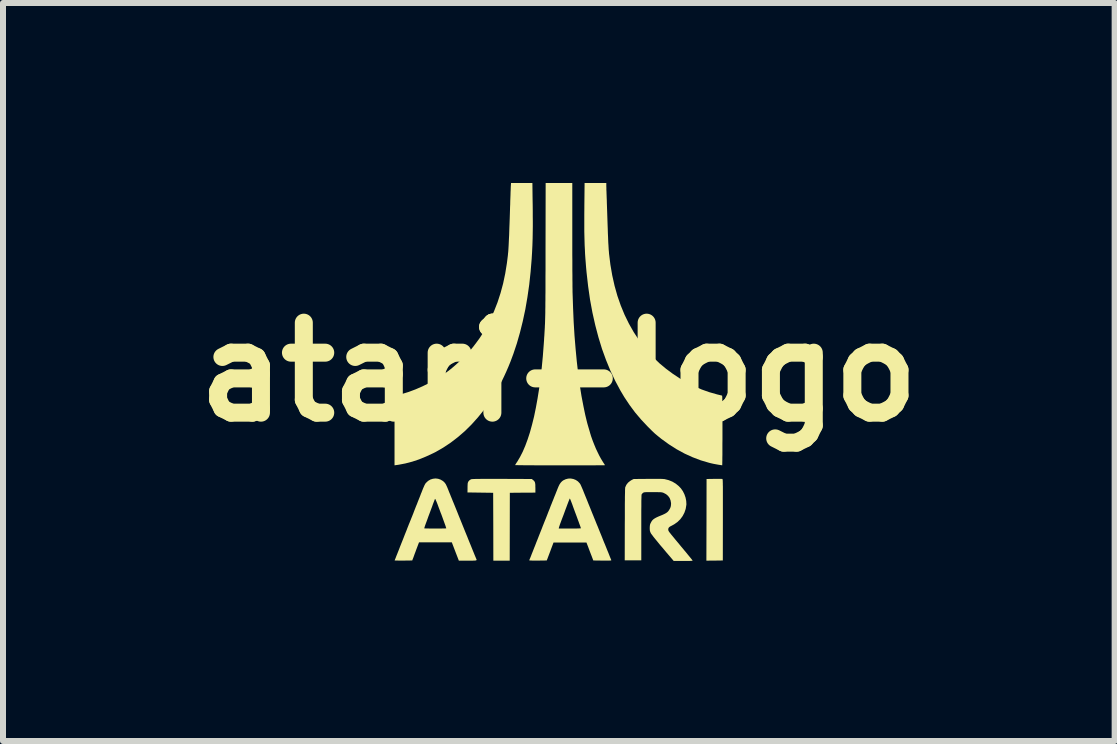
<source format=kicad_pcb>
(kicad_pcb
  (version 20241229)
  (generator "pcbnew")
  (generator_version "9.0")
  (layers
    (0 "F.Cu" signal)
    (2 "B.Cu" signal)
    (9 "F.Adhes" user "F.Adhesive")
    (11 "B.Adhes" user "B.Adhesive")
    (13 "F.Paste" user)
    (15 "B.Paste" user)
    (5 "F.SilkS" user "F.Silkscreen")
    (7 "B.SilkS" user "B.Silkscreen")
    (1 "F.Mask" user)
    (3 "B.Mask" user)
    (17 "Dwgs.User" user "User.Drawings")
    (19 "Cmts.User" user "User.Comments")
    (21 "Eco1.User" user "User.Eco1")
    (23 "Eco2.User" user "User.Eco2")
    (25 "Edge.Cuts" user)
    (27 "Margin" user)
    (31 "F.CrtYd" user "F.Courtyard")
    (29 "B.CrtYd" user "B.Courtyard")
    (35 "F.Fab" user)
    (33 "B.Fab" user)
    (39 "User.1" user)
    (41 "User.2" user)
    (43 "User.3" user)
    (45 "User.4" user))
  (footprint "atari-logo"
    (layer "F.Cu")
    (at 6.264 3.15)
    (property "Reference" "atari-logo" (at 0 0 0) (layer "F.SilkS") (effects (font (size 1.5 1.5) (thickness 0.3))))
    (attr board_only exclude_from_pos_files exclude_from_bom)
    (fp_poly (pts (xy 2.686 1.782) (xy 2.708 1.782) (xy 2.721 1.783) (xy 2.725 1.783) (xy 2.727 1.784) (xy 2.728 1.785) (xy 2.729 1.787) (xy 2.73 1.791) (xy 2.731 1.797) (xy 2.732 1.806) (xy 2.733 1.818) (xy 2.733 1.834) (xy 2.734 1.855) (xy 2.734 1.88) (xy 2.735 1.911) (xy 2.735 1.948) (xy 2.735 1.992) (xy 2.735 2.043) (xy 2.735 2.102) (xy 2.735 2.168) (xy 2.735 2.244) (xy 2.735 2.329) (xy 2.735 2.424) (xy 2.735 2.464) (xy 2.734 3.142) (xy 2.597 3.144) (xy 2.46 3.145) (xy 2.462 2.464) (xy 2.463 1.784) (xy 2.589 1.782) (xy 2.625 1.782) (xy 2.658 1.782)) (stroke (width 0) (type solid)) (fill yes) (layer "F.SilkS"))
    (fp_poly (pts (xy -1.091 1.782) (xy -1.005 1.782) (xy -0.942 1.782) (xy -0.45 1.784) (xy -0.43 1.8) (xy -0.416 1.812) (xy -0.405 1.825) (xy -0.398 1.839) (xy -0.394 1.857) (xy -0.391 1.881) (xy -0.391 1.912) (xy -0.39 1.932) (xy -0.39 2.011) (xy -0.603 2.012) (xy -0.816 2.014) (xy -0.817 2.579) (xy -0.818 3.145) (xy -0.955 3.145) (xy -1.091 3.145) (xy -1.092 2.579) (xy -1.094 2.014) (xy -1.308 2.011) (xy -1.522 2.008) (xy -1.521 1.939) (xy -1.521 1.911) (xy -1.52 1.885) (xy -1.519 1.863) (xy -1.517 1.85) (xy -1.517 1.849) (xy -1.508 1.827) (xy -1.491 1.807) (xy -1.469 1.792) (xy -1.456 1.787) (xy -1.448 1.786) (xy -1.433 1.785) (xy -1.41 1.784) (xy -1.379 1.783) (xy -1.34 1.783) (xy -1.291 1.782) (xy -1.234 1.782) (xy -1.168 1.782)) (stroke (width 0) (type solid)) (fill yes) (layer "F.SilkS"))
    (fp_poly (pts (xy 0.225 -2.333) (xy 0.225 -2.237) (xy 0.225 -2.14) (xy 0.225 -2.045) (xy 0.225 -1.952) (xy 0.226 -1.862) (xy 0.226 -1.775) (xy 0.226 -1.693) (xy 0.227 -1.616) (xy 0.227 -1.545) (xy 0.228 -1.48) (xy 0.228 -1.423) (xy 0.229 -1.375) (xy 0.229 -1.336) (xy 0.23 -1.308) (xy 0.238 -1.066) (xy 0.248 -0.831) (xy 0.262 -0.605) (xy 0.28 -0.386) (xy 0.3 -0.176) (xy 0.323 0.025) (xy 0.349 0.217) (xy 0.378 0.4) (xy 0.411 0.572) (xy 0.431 0.669) (xy 0.441 0.716) (xy 0.451 0.758) (xy 0.46 0.795) (xy 0.469 0.832) (xy 0.479 0.87) (xy 0.491 0.911) (xy 0.505 0.958) (xy 0.517 0.999) (xy 0.523 1.021) (xy 0.529 1.04) (xy 0.533 1.053) (xy 0.534 1.056) (xy 0.536 1.065) (xy 0.542 1.081) (xy 0.55 1.104) (xy 0.56 1.132) (xy 0.571 1.161) (xy 0.594 1.219) (xy 0.619 1.279) (xy 0.647 1.338) (xy 0.675 1.395) (xy 0.703 1.446) (xy 0.729 1.489) (xy 0.732 1.494) (xy 0.746 1.516) (xy 0.758 1.534) (xy 0.766 1.547) (xy 0.77 1.554) (xy 0.77 1.554) (xy 0.765 1.554) (xy 0.75 1.555) (xy 0.725 1.555) (xy 0.691 1.555) (xy 0.649 1.555) (xy 0.599 1.556) (xy 0.543 1.556) (xy 0.48 1.556) (xy 0.41 1.556) (xy 0.336 1.556) (xy 0.257 1.556) (xy 0.174 1.556) (xy 0.088 1.556) (xy 0.021 1.556) (xy -0.067 1.556) (xy -0.153 1.556) (xy -0.235 1.556) (xy -0.313 1.556) (xy -0.386 1.556) (xy -0.453 1.555) (xy -0.515 1.555) (xy -0.57 1.555) (xy -0.618 1.554) (xy -0.658 1.554) (xy -0.689 1.553) (xy -0.712 1.553) (xy -0.724 1.553) (xy -0.727 1.552) (xy -0.725 1.546) (xy -0.717 1.533) (xy -0.706 1.515) (xy -0.692 1.495) (xy -0.646 1.417) (xy -0.601 1.329) (xy -0.559 1.231) (xy -0.519 1.123) (xy -0.481 1.006) (xy -0.446 0.879) (xy -0.412 0.742) (xy -0.382 0.596) (xy -0.354 0.442) (xy -0.328 0.279) (xy -0.305 0.107) (xy -0.284 -0.073) (xy -0.266 -0.262) (xy -0.251 -0.458) (xy -0.246 -0.527) (xy -0.244 -0.568) (xy -0.241 -0.606) (xy -0.239 -0.642) (xy -0.237 -0.676) (xy -0.235 -0.708) (xy -0.233 -0.74) (xy -0.232 -0.772) (xy -0.23 -0.804) (xy -0.229 -0.837) (xy -0.228 -0.871) (xy -0.227 -0.907) (xy -0.226 -0.946) (xy -0.225 -0.988) (xy -0.225 -1.034) (xy -0.224 -1.084) (xy -0.224 -1.139) (xy -0.223 -1.199) (xy -0.223 -1.264) (xy -0.222 -1.337) (xy -0.222 -1.416) (xy -0.222 -1.503) (xy -0.222 -1.598) (xy -0.221 -1.701) (xy -0.221 -1.814) (xy -0.221 -1.936) (xy -0.221 -2.034) (xy -0.219 -3.15) (xy 0.003 -3.15) (xy 0.225 -3.15)) (stroke (width 0) (type solid)) (fill yes) (layer "F.SilkS"))
    (fp_poly (pts (xy 0.792 -3.111) (xy 0.792 -3.095) (xy 0.793 -3.07) (xy 0.793 -3.038) (xy 0.795 -3.002) (xy 0.796 -2.964) (xy 0.797 -2.942) (xy 0.798 -2.908) (xy 0.8 -2.866) (xy 0.801 -2.816) (xy 0.803 -2.762) (xy 0.805 -2.704) (xy 0.807 -2.645) (xy 0.809 -2.587) (xy 0.81 -2.554) (xy 0.813 -2.465) (xy 0.816 -2.386) (xy 0.818 -2.315) (xy 0.821 -2.253) (xy 0.823 -2.199) (xy 0.825 -2.151) (xy 0.828 -2.108) (xy 0.83 -2.07) (xy 0.832 -2.036) (xy 0.835 -2.006) (xy 0.837 -1.977) (xy 0.837 -1.976) (xy 0.86 -1.789) (xy 0.891 -1.609) (xy 0.93 -1.435) (xy 0.977 -1.268) (xy 1.033 -1.107) (xy 1.097 -0.952) (xy 1.169 -0.805) (xy 1.249 -0.664) (xy 1.337 -0.53) (xy 1.434 -0.403) (xy 1.538 -0.283) (xy 1.584 -0.235) (xy 1.682 -0.141) (xy 1.788 -0.053) (xy 1.9 0.03) (xy 2.016 0.107) (xy 2.136 0.177) (xy 2.258 0.239) (xy 2.382 0.292) (xy 2.506 0.336) (xy 2.629 0.371) (xy 2.631 0.372) (xy 2.66 0.379) (xy 2.685 0.385) (xy 2.705 0.39) (xy 2.718 0.393) (xy 2.721 0.394) (xy 2.722 0.396) (xy 2.723 0.402) (xy 2.724 0.414) (xy 2.725 0.43) (xy 2.725 0.453) (xy 2.726 0.482) (xy 2.726 0.517) (xy 2.727 0.56) (xy 2.727 0.61) (xy 2.727 0.669) (xy 2.728 0.737) (xy 2.728 0.814) (xy 2.728 0.901) (xy 2.728 0.976) (xy 2.728 1.054) (xy 2.728 1.128) (xy 2.727 1.199) (xy 2.727 1.266) (xy 2.727 1.327) (xy 2.727 1.383) (xy 2.726 1.432) (xy 2.726 1.474) (xy 2.725 1.508) (xy 2.725 1.533) (xy 2.724 1.549) (xy 2.724 1.556) (xy 2.724 1.556) (xy 2.716 1.554) (xy 2.706 1.553) (xy 2.66 1.546) (xy 2.622 1.539) (xy 2.588 1.533) (xy 2.556 1.526) (xy 2.522 1.518) (xy 2.506 1.514) (xy 2.367 1.473) (xy 2.23 1.421) (xy 2.096 1.36) (xy 1.964 1.288) (xy 1.835 1.206) (xy 1.708 1.114) (xy 1.661 1.076) (xy 1.639 1.058) (xy 1.62 1.042) (xy 1.603 1.028) (xy 1.587 1.013) (xy 1.569 0.996) (xy 1.549 0.977) (xy 1.525 0.953) (xy 1.496 0.924) (xy 1.476 0.904) (xy 1.371 0.792) (xy 1.272 0.675) (xy 1.18 0.551) (xy 1.092 0.419) (xy 1.026 0.308) (xy 0.94 0.147) (xy 0.86 -0.022) (xy 0.787 -0.2) (xy 0.72 -0.385) (xy 0.661 -0.578) (xy 0.608 -0.779) (xy 0.561 -0.988) (xy 0.521 -1.204) (xy 0.489 -1.428) (xy 0.463 -1.658) (xy 0.455 -1.744) (xy 0.449 -1.821) (xy 0.443 -1.896) (xy 0.438 -1.968) (xy 0.435 -2.04) (xy 0.431 -2.112) (xy 0.429 -2.186) (xy 0.427 -2.262) (xy 0.425 -2.343) (xy 0.425 -2.43) (xy 0.425 -2.523) (xy 0.425 -2.623) (xy 0.426 -2.733) (xy 0.426 -2.764) (xy 0.43 -3.15) (xy 0.611 -3.15) (xy 0.792 -3.15)) (stroke (width 0) (type solid)) (fill yes) (layer "F.SilkS"))
    (fp_poly (pts (xy -0.437 -2.893) (xy -0.435 -2.783) (xy -0.434 -2.684) (xy -0.434 -2.592) (xy -0.433 -2.509) (xy -0.433 -2.432) (xy -0.434 -2.36) (xy -0.435 -2.293) (xy -0.436 -2.229) (xy -0.438 -2.167) (xy -0.44 -2.106) (xy -0.443 -2.046) (xy -0.446 -1.984) (xy -0.45 -1.921) (xy -0.452 -1.885) (xy -0.47 -1.668) (xy -0.493 -1.454) (xy -0.523 -1.246) (xy -0.558 -1.043) (xy -0.6 -0.847) (xy -0.647 -0.658) (xy -0.699 -0.476) (xy -0.757 -0.302) (xy -0.804 -0.176) (xy -0.841 -0.085) (xy -0.877 -0.002) (xy -0.912 0.074) (xy -0.947 0.147) (xy -0.985 0.219) (xy -1.002 0.251) (xy -1.013 0.27) (xy -1.021 0.286) (xy -1.026 0.295) (xy -1.027 0.297) (xy -1.03 0.303) (xy -1.037 0.316) (xy -1.049 0.336) (xy -1.063 0.359) (xy -1.08 0.386) (xy -1.098 0.414) (xy -1.116 0.443) (xy -1.133 0.469) (xy -1.149 0.493) (xy -1.152 0.497) (xy -1.246 0.631) (xy -1.347 0.756) (xy -1.453 0.874) (xy -1.565 0.985) (xy -1.682 1.086) (xy -1.803 1.179) (xy -1.928 1.262) (xy -2.057 1.336) (xy -2.095 1.355) (xy -2.214 1.41) (xy -2.329 1.457) (xy -2.443 1.495) (xy -2.558 1.525) (xy -2.673 1.547) (xy -2.718 1.553) (xy -2.738 1.556) (xy -2.738 0.976) (xy -2.738 0.396) (xy -2.726 0.394) (xy -2.617 0.368) (xy -2.503 0.333) (xy -2.388 0.29) (xy -2.273 0.24) (xy -2.159 0.184) (xy -2.049 0.122) (xy -1.943 0.056) (xy -1.855 -0.007) (xy -1.804 -0.046) (xy -1.75 -0.091) (xy -1.696 -0.139) (xy -1.642 -0.188) (xy -1.59 -0.238) (xy -1.542 -0.287) (xy -1.498 -0.334) (xy -1.462 -0.377) (xy -1.448 -0.394) (xy -1.44 -0.405) (xy -1.434 -0.411) (xy -1.433 -0.412) (xy -1.429 -0.417) (xy -1.42 -0.429) (xy -1.407 -0.446) (xy -1.391 -0.467) (xy -1.386 -0.473) (xy -1.37 -0.495) (xy -1.356 -0.514) (xy -1.345 -0.529) (xy -1.339 -0.537) (xy -1.338 -0.538) (xy -1.323 -0.559) (xy -1.303 -0.589) (xy -1.28 -0.625) (xy -1.256 -0.665) (xy -1.231 -0.709) (xy -1.206 -0.753) (xy -1.181 -0.797) (xy -1.159 -0.84) (xy -1.144 -0.869) (xy -1.079 -1.013) (xy -1.021 -1.161) (xy -0.971 -1.315) (xy -0.928 -1.474) (xy -0.893 -1.64) (xy -0.865 -1.813) (xy -0.851 -1.925) (xy -0.848 -1.95) (xy -0.846 -1.975) (xy -0.843 -2.001) (xy -0.841 -2.029) (xy -0.839 -2.059) (xy -0.837 -2.093) (xy -0.835 -2.131) (xy -0.833 -2.173) (xy -0.831 -2.22) (xy -0.828 -2.274) (xy -0.826 -2.334) (xy -0.824 -2.401) (xy -0.821 -2.475) (xy -0.818 -2.559) (xy -0.815 -2.651) (xy -0.812 -2.753) (xy -0.81 -2.797) (xy -0.809 -2.851) (xy -0.807 -2.903) (xy -0.805 -2.952) (xy -0.804 -2.997) (xy -0.802 -3.036) (xy -0.801 -3.068) (xy -0.8 -3.091) (xy -0.799 -3.106) (xy -0.799 -3.106) (xy -0.796 -3.15) (xy -0.618 -3.15) (xy -0.44 -3.15)) (stroke (width 0) (type solid)) (fill yes) (layer "F.SilkS"))
    (fp_poly (pts (xy 1.661 1.782) (xy 1.699 1.782) (xy 1.729 1.783) (xy 1.752 1.785) (xy 1.767 1.786) (xy 1.768 1.787) (xy 1.831 1.803) (xy 1.893 1.828) (xy 1.95 1.862) (xy 2.001 1.904) (xy 2.036 1.941) (xy 2.068 1.987) (xy 2.094 2.039) (xy 2.113 2.094) (xy 2.124 2.15) (xy 2.127 2.204) (xy 2.126 2.216) (xy 2.115 2.283) (xy 2.094 2.345) (xy 2.064 2.402) (xy 2.026 2.454) (xy 1.979 2.5) (xy 1.924 2.539) (xy 1.88 2.563) (xy 1.853 2.577) (xy 1.835 2.592) (xy 1.826 2.609) (xy 1.824 2.627) (xy 1.825 2.636) (xy 1.828 2.645) (xy 1.834 2.657) (xy 1.845 2.673) (xy 1.862 2.694) (xy 1.871 2.706) (xy 1.891 2.73) (xy 1.91 2.753) (xy 1.927 2.774) (xy 1.939 2.789) (xy 1.94 2.79) (xy 1.95 2.802) (xy 1.966 2.821) (xy 1.986 2.845) (xy 2.01 2.874) (xy 2.036 2.906) (xy 2.064 2.939) (xy 2.092 2.973) (xy 2.12 3.006) (xy 2.145 3.037) (xy 2.168 3.065) (xy 2.187 3.088) (xy 2.201 3.105) (xy 2.205 3.11) (xy 2.217 3.125) (xy 2.226 3.138) (xy 2.23 3.145) (xy 2.23 3.146) (xy 2.225 3.147) (xy 2.211 3.148) (xy 2.188 3.149) (xy 2.158 3.15) (xy 2.123 3.15) (xy 2.083 3.15) (xy 2.073 3.15) (xy 1.915 3.15) (xy 1.855 3.079) (xy 1.793 3.007) (xy 1.738 2.941) (xy 1.688 2.883) (xy 1.646 2.831) (xy 1.609 2.786) (xy 1.579 2.749) (xy 1.557 2.719) (xy 1.54 2.697) (xy 1.531 2.682) (xy 1.531 2.681) (xy 1.524 2.664) (xy 1.519 2.649) (xy 1.517 2.632) (xy 1.516 2.609) (xy 1.516 2.599) (xy 1.517 2.574) (xy 1.519 2.555) (xy 1.522 2.54) (xy 1.528 2.525) (xy 1.532 2.517) (xy 1.544 2.494) (xy 1.558 2.474) (xy 1.574 2.458) (xy 1.595 2.443) (xy 1.621 2.428) (xy 1.655 2.412) (xy 1.686 2.399) (xy 1.728 2.382) (xy 1.76 2.367) (xy 1.786 2.353) (xy 1.806 2.339) (xy 1.821 2.325) (xy 1.834 2.308) (xy 1.839 2.301) (xy 1.858 2.267) (xy 1.868 2.235) (xy 1.871 2.201) (xy 1.871 2.186) (xy 1.863 2.141) (xy 1.847 2.1) (xy 1.821 2.065) (xy 1.788 2.037) (xy 1.748 2.016) (xy 1.738 2.012) (xy 1.728 2.009) (xy 1.718 2.007) (xy 1.706 2.005) (xy 1.69 2.004) (xy 1.669 2.004) (xy 1.641 2.003) (xy 1.606 2.003) (xy 1.567 2.003) (xy 1.523 2.003) (xy 1.489 2.003) (xy 1.463 2.003) (xy 1.444 2.004) (xy 1.43 2.005) (xy 1.421 2.007) (xy 1.414 2.009) (xy 1.409 2.012) (xy 1.404 2.015) (xy 1.404 2.015) (xy 1.391 2.027) (xy 1.382 2.039) (xy 1.381 2.04) (xy 1.38 2.044) (xy 1.379 2.053) (xy 1.378 2.068) (xy 1.378 2.089) (xy 1.377 2.117) (xy 1.376 2.151) (xy 1.376 2.193) (xy 1.376 2.243) (xy 1.375 2.301) (xy 1.375 2.368) (xy 1.375 2.445) (xy 1.375 2.531) (xy 1.375 2.595) (xy 1.375 3.14) (xy 1.237 3.14) (xy 1.099 3.14) (xy 1.1 2.54) (xy 1.101 2.44) (xy 1.101 2.35) (xy 1.101 2.27) (xy 1.101 2.199) (xy 1.102 2.138) (xy 1.102 2.085) (xy 1.103 2.04) (xy 1.104 2.003) (xy 1.104 1.973) (xy 1.105 1.951) (xy 1.106 1.935) (xy 1.107 1.924) (xy 1.108 1.921) (xy 1.126 1.881) (xy 1.154 1.845) (xy 1.19 1.816) (xy 1.219 1.798) (xy 1.249 1.784) (xy 1.49 1.782) (xy 1.557 1.782) (xy 1.613 1.782)) (stroke (width 0) (type solid)) (fill yes) (layer "F.SilkS"))
    (fp_poly (pts (xy 0.243 1.784) (xy 0.283 1.8) (xy 0.319 1.824) (xy 0.349 1.856) (xy 0.355 1.865) (xy 0.362 1.876) (xy 0.371 1.896) (xy 0.382 1.921) (xy 0.395 1.951) (xy 0.409 1.984) (xy 0.412 1.993) (xy 0.444 2.072) (xy 0.473 2.143) (xy 0.498 2.206) (xy 0.521 2.262) (xy 0.541 2.312) (xy 0.559 2.357) (xy 0.576 2.398) (xy 0.591 2.436) (xy 0.606 2.472) (xy 0.62 2.507) (xy 0.634 2.542) (xy 0.649 2.577) (xy 0.662 2.61) (xy 0.681 2.657) (xy 0.701 2.706) (xy 0.721 2.755) (xy 0.739 2.801) (xy 0.756 2.843) (xy 0.771 2.878) (xy 0.778 2.896) (xy 0.793 2.933) (xy 0.808 2.971) (xy 0.824 3.009) (xy 0.837 3.042) (xy 0.846 3.065) (xy 0.856 3.09) (xy 0.865 3.112) (xy 0.872 3.128) (xy 0.875 3.138) (xy 0.876 3.138) (xy 0.874 3.14) (xy 0.868 3.142) (xy 0.857 3.143) (xy 0.838 3.144) (xy 0.812 3.144) (xy 0.777 3.144) (xy 0.732 3.144) (xy 0.727 3.144) (xy 0.575 3.142) (xy 0.548 3.07) (xy 0.535 3.037) (xy 0.52 2.998) (xy 0.505 2.958) (xy 0.492 2.923) (xy 0.491 2.92) (xy 0.461 2.843) (xy 0.186 2.843) (xy -0.088 2.843) (xy -0.129 2.952) (xy -0.142 2.988) (xy -0.155 3.022) (xy -0.167 3.054) (xy -0.177 3.08) (xy -0.184 3.099) (xy -0.185 3.102) (xy -0.201 3.142) (xy -0.346 3.144) (xy -0.393 3.144) (xy -0.432 3.144) (xy -0.461 3.143) (xy -0.481 3.142) (xy -0.491 3.141) (xy -0.492 3.14) (xy -0.49 3.132) (xy -0.485 3.119) (xy -0.484 3.117) (xy -0.48 3.108) (xy -0.473 3.091) (xy -0.463 3.066) (xy -0.451 3.034) (xy -0.436 2.997) (xy -0.42 2.956) (xy -0.403 2.913) (xy -0.398 2.902) (xy -0.378 2.849) (xy -0.355 2.792) (xy -0.332 2.733) (xy -0.309 2.675) (xy -0.287 2.62) (xy -0.283 2.61) (xy -0.001 2.61) (xy 0.184 2.61) (xy 0.228 2.61) (xy 0.268 2.61) (xy 0.303 2.609) (xy 0.332 2.608) (xy 0.353 2.607) (xy 0.366 2.606) (xy 0.369 2.605) (xy 0.367 2.599) (xy 0.362 2.584) (xy 0.355 2.563) (xy 0.345 2.537) (xy 0.334 2.507) (xy 0.334 2.505) (xy 0.32 2.469) (xy 0.305 2.427) (xy 0.288 2.381) (xy 0.271 2.336) (xy 0.256 2.295) (xy 0.256 2.295) (xy 0.238 2.246) (xy 0.224 2.206) (xy 0.212 2.175) (xy 0.203 2.151) (xy 0.196 2.134) (xy 0.191 2.122) (xy 0.187 2.115) (xy 0.185 2.111) (xy 0.183 2.11) (xy 0.182 2.111) (xy 0.179 2.117) (xy 0.173 2.132) (xy 0.164 2.154) (xy 0.153 2.183) (xy 0.14 2.217) (xy 0.126 2.255) (xy 0.113 2.289) (xy 0.097 2.333) (xy 0.081 2.377) (xy 0.065 2.418) (xy 0.051 2.455) (xy 0.039 2.487) (xy 0.03 2.512) (xy 0.026 2.522) (xy 0.017 2.547) (xy 0.01 2.569) (xy 0.004 2.586) (xy 0.002 2.595) (xy -0.001 2.61) (xy -0.283 2.61) (xy -0.268 2.57) (xy -0.257 2.543) (xy -0.238 2.495) (xy -0.216 2.441) (xy -0.194 2.385) (xy -0.173 2.33) (xy -0.152 2.279) (xy -0.137 2.238) (xy -0.121 2.199) (xy -0.106 2.161) (xy -0.092 2.127) (xy -0.08 2.096) (xy -0.071 2.073) (xy -0.064 2.057) (xy -0.064 2.056) (xy -0.056 2.037) (xy -0.046 2.011) (xy -0.034 1.981) (xy -0.022 1.951) (xy -0.021 1.948) (xy -0.003 1.905) (xy 0.014 1.871) (xy 0.033 1.844) (xy 0.053 1.823) (xy 0.074 1.807) (xy 0.114 1.788) (xy 0.157 1.777) (xy 0.2 1.776)) (stroke (width 0) (type solid)) (fill yes) (layer "F.SilkS"))
    (fp_poly (pts (xy -2.012 1.78) (xy -1.971 1.794) (xy -1.932 1.817) (xy -1.917 1.83) (xy -1.905 1.842) (xy -1.894 1.856) (xy -1.883 1.872) (xy -1.873 1.893) (xy -1.86 1.921) (xy -1.846 1.955) (xy -1.839 1.973) (xy -1.829 1.999) (xy -1.815 2.032) (xy -1.8 2.07) (xy -1.783 2.111) (xy -1.766 2.154) (xy -1.754 2.182) (xy -1.724 2.256) (xy -1.694 2.33) (xy -1.665 2.403) (xy -1.636 2.474) (xy -1.609 2.541) (xy -1.584 2.603) (xy -1.561 2.66) (xy -1.541 2.709) (xy -1.524 2.75) (xy -1.516 2.771) (xy -1.489 2.838) (xy -1.465 2.896) (xy -1.445 2.946) (xy -1.428 2.988) (xy -1.414 3.022) (xy -1.403 3.05) (xy -1.394 3.071) (xy -1.387 3.088) (xy -1.382 3.099) (xy -1.38 3.104) (xy -1.375 3.116) (xy -1.371 3.125) (xy -1.37 3.132) (xy -1.373 3.137) (xy -1.38 3.141) (xy -1.392 3.143) (xy -1.412 3.144) (xy -1.439 3.145) (xy -1.475 3.145) (xy -1.518 3.145) (xy -1.666 3.145) (xy -1.725 2.992) (xy -1.783 2.84) (xy -2.057 2.84) (xy -2.33 2.84) (xy -2.378 2.967) (xy -2.391 3.003) (xy -2.404 3.037) (xy -2.415 3.068) (xy -2.424 3.093) (xy -2.431 3.111) (xy -2.434 3.118) (xy -2.443 3.142) (xy -2.591 3.144) (xy -2.629 3.144) (xy -2.664 3.144) (xy -2.693 3.143) (xy -2.716 3.143) (xy -2.731 3.142) (xy -2.737 3.141) (xy -2.737 3.141) (xy -2.736 3.139) (xy -2.733 3.133) (xy -2.73 3.124) (xy -2.724 3.111) (xy -2.717 3.093) (xy -2.708 3.069) (xy -2.696 3.04) (xy -2.682 3.004) (xy -2.665 2.962) (xy -2.646 2.912) (xy -2.623 2.854) (xy -2.596 2.787) (xy -2.567 2.712) (xy -2.542 2.65) (xy -2.527 2.611) (xy -2.525 2.605) (xy -2.243 2.605) (xy -2.243 2.606) (xy -2.237 2.607) (xy -2.222 2.608) (xy -2.199 2.609) (xy -2.168 2.609) (xy -2.132 2.61) (xy -2.092 2.61) (xy -2.059 2.61) (xy -2.016 2.61) (xy -1.977 2.61) (xy -1.942 2.609) (xy -1.913 2.608) (xy -1.892 2.608) (xy -1.879 2.607) (xy -1.876 2.606) (xy -1.877 2.6) (xy -1.882 2.586) (xy -1.889 2.563) (xy -1.9 2.533) (xy -1.913 2.497) (xy -1.928 2.456) (xy -1.944 2.411) (xy -1.962 2.362) (xy -1.966 2.354) (xy -1.987 2.297) (xy -2.005 2.25) (xy -2.019 2.211) (xy -2.031 2.18) (xy -2.041 2.156) (xy -2.049 2.138) (xy -2.054 2.126) (xy -2.058 2.119) (xy -2.061 2.116) (xy -2.063 2.116) (xy -2.064 2.117) (xy -2.068 2.126) (xy -2.074 2.142) (xy -2.083 2.165) (xy -2.094 2.193) (xy -2.102 2.215) (xy -2.112 2.244) (xy -2.126 2.281) (xy -2.141 2.322) (xy -2.158 2.367) (xy -2.175 2.412) (xy -2.189 2.452) (xy -2.203 2.49) (xy -2.216 2.525) (xy -2.227 2.555) (xy -2.235 2.579) (xy -2.24 2.596) (xy -2.243 2.605) (xy -2.525 2.605) (xy -2.512 2.573) (xy -2.499 2.539) (xy -2.487 2.511) (xy -2.478 2.488) (xy -2.472 2.474) (xy -2.471 2.471) (xy -2.466 2.459) (xy -2.458 2.438) (xy -2.447 2.412) (xy -2.435 2.381) (xy -2.422 2.349) (xy -2.421 2.345) (xy -2.408 2.311) (xy -2.395 2.278) (xy -2.383 2.247) (xy -2.373 2.222) (xy -2.365 2.204) (xy -2.365 2.204) (xy -2.359 2.188) (xy -2.35 2.164) (xy -2.338 2.134) (xy -2.324 2.099) (xy -2.309 2.061) (xy -2.294 2.021) (xy -2.292 2.018) (xy -2.275 1.974) (xy -2.261 1.939) (xy -2.249 1.912) (xy -2.24 1.891) (xy -2.231 1.874) (xy -2.224 1.862) (xy -2.217 1.852) (xy -2.213 1.848) (xy -2.179 1.816) (xy -2.14 1.793) (xy -2.098 1.78) (xy -2.055 1.775)) (stroke (width 0) (type solid)) (fill yes) (layer "F.SilkS")))
  (gr_rect
    (start -3 -3)
    (end 15.529 9.301)
    (stroke (width 0.1) (type default))
    (fill no)
    (layer "Edge.Cuts")))
</source>
